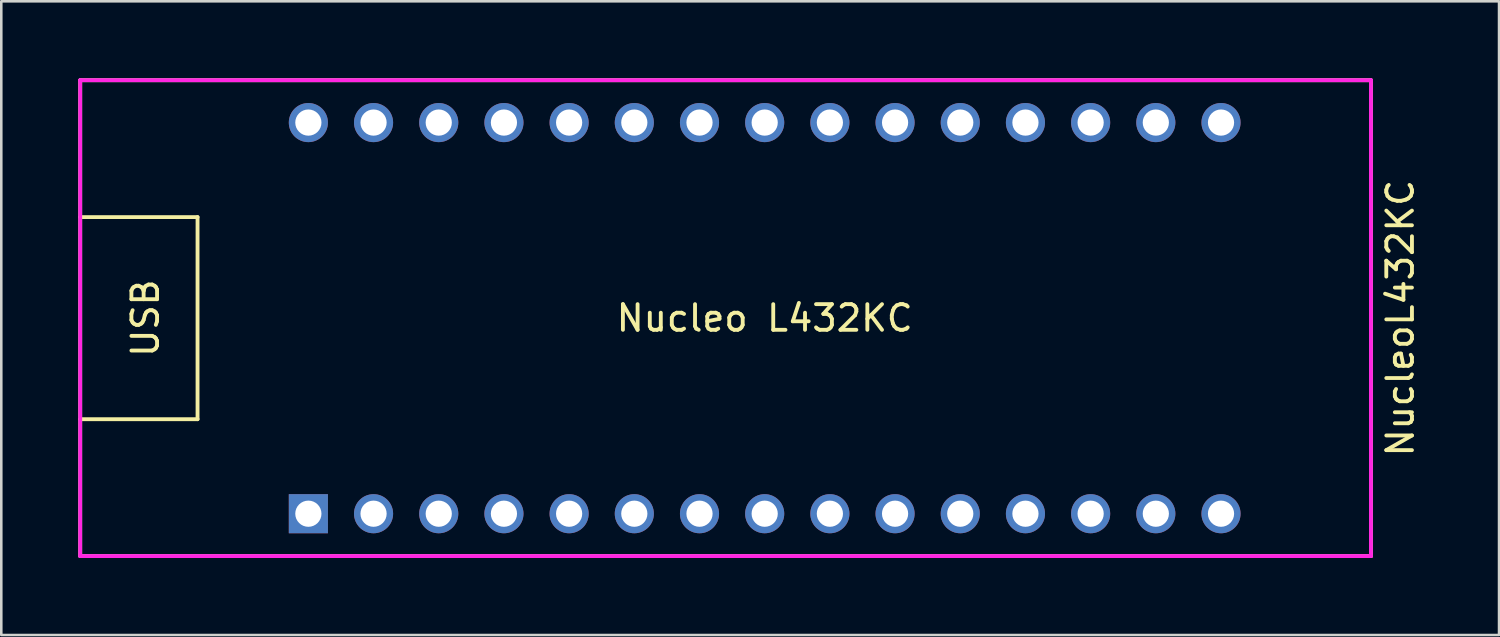
<source format=kicad_pcb>
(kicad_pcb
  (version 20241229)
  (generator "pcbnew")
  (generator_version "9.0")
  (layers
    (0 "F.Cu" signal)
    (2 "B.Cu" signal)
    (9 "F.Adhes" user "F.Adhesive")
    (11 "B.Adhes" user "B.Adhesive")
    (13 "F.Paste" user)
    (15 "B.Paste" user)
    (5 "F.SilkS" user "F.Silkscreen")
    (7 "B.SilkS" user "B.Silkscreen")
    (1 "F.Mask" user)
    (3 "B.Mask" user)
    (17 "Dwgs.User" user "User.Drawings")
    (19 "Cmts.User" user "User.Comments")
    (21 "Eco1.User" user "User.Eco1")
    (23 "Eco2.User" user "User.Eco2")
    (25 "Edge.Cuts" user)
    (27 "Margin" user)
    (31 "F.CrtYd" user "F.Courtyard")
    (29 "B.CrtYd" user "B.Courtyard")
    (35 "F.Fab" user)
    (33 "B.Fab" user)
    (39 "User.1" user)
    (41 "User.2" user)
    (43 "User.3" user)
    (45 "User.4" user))
  (footprint "NucleoL432KC"
    (layer "F.Cu")
    (at 26.745 9.346)
    (property "Reference" "NucleoL432KC" (at 24.765 0 90) (layer "F.SilkS") (effects (font (size 1 1) (thickness 0.15))))
    (attr through_hole)
    (fp_line (start -26.67 -9.271) (end -26.67 9.271) (stroke (width 0.15) (type solid)) (layer "F.SilkS"))
    (fp_line (start -26.67 -3.937) (end -22.098 -3.937) (stroke (width 0.15) (type solid)) (layer "F.SilkS"))
    (fp_line (start -26.67 9.271) (end 23.622 9.271) (stroke (width 0.15) (type solid)) (layer "F.SilkS"))
    (fp_line (start -22.098 -3.937) (end -22.098 3.937) (stroke (width 0.15) (type solid)) (layer "F.SilkS"))
    (fp_line (start -22.098 3.937) (end -26.67 3.937) (stroke (width 0.15) (type solid)) (layer "F.SilkS"))
    (fp_line (start 23.622 -9.271) (end -26.67 -9.271) (stroke (width 0.15) (type solid)) (layer "F.SilkS"))
    (fp_line (start 23.622 9.271) (end 23.622 -9.271) (stroke (width 0.15) (type solid)) (layer "F.SilkS"))
    (fp_line (start -26.67 -9.271) (end -26.67 9.271) (stroke (width 0.15) (type solid)) (layer "F.CrtYd"))
    (fp_line (start -26.67 9.271) (end 23.622 9.271) (stroke (width 0.15) (type solid)) (layer "F.CrtYd"))
    (fp_line (start 23.622 -9.271) (end -26.67 -9.271) (stroke (width 0.15) (type solid)) (layer "F.CrtYd"))
    (fp_line (start 23.622 9.271) (end 23.622 -9.271) (stroke (width 0.15) (type solid)) (layer "F.CrtYd"))
    (fp_text user "Nucleo L432KC" (at 0 0 0) (layer "F.SilkS") (effects (font (size 1 1) (thickness 0.15))))
    (fp_text user "USB" (at -24.13 0 90) (layer "F.SilkS") (effects (font (size 1 1) (thickness 0.15))))
    (pad "1" thru_hole rect (at -17.78 7.62) (size 1.524 1.524) (drill 1.021) (layers "*.Cu" "*.Mask"))
    (pad "2" thru_hole circle (at -15.24 7.62) (size 1.524 1.524) (drill 1.021) (layers "*.Cu" "*.Mask"))
    (pad "3" thru_hole circle (at -12.7 7.62) (size 1.524 1.524) (drill 1.021) (layers "*.Cu" "*.Mask"))
    (pad "4" thru_hole circle (at -10.16 7.62) (size 1.524 1.524) (drill 1.021) (layers "*.Cu" "*.Mask"))
    (pad "5" thru_hole circle (at -7.62 7.62) (size 1.524 1.524) (drill 1.021) (layers "*.Cu" "*.Mask"))
    (pad "6" thru_hole circle (at -5.08 7.62) (size 1.524 1.524) (drill 1.021) (layers "*.Cu" "*.Mask"))
    (pad "7" thru_hole circle (at -2.54 7.62) (size 1.524 1.524) (drill 1.021) (layers "*.Cu" "*.Mask"))
    (pad "8" thru_hole circle (at 0 7.62) (size 1.524 1.524) (drill 1.021) (layers "*.Cu" "*.Mask"))
    (pad "9" thru_hole circle (at 2.54 7.62) (size 1.524 1.524) (drill 1.021) (layers "*.Cu" "*.Mask"))
    (pad "10" thru_hole circle (at 5.08 7.62) (size 1.524 1.524) (drill 1.021) (layers "*.Cu" "*.Mask"))
    (pad "11" thru_hole circle (at 7.62 7.62) (size 1.524 1.524) (drill 1.021) (layers "*.Cu" "*.Mask"))
    (pad "12" thru_hole circle (at 10.16 7.62) (size 1.524 1.524) (drill 1.021) (layers "*.Cu" "*.Mask"))
    (pad "13" thru_hole circle (at 12.7 7.62) (size 1.524 1.524) (drill 1.021) (layers "*.Cu" "*.Mask"))
    (pad "14" thru_hole circle (at 15.24 7.62) (size 1.524 1.524) (drill 1.021) (layers "*.Cu" "*.Mask"))
    (pad "15" thru_hole circle (at 17.78 7.62) (size 1.524 1.524) (drill 1.021) (layers "*.Cu" "*.Mask"))
    (pad "16" thru_hole circle (at 17.78 -7.62) (size 1.524 1.524) (drill 1.021) (layers "*.Cu" "*.Mask"))
    (pad "17" thru_hole circle (at 15.24 -7.62) (size 1.524 1.524) (drill 1.021) (layers "*.Cu" "*.Mask"))
    (pad "18" thru_hole circle (at 12.7 -7.62) (size 1.524 1.524) (drill 1.021) (layers "*.Cu" "*.Mask"))
    (pad "19" thru_hole circle (at 10.16 -7.62) (size 1.524 1.524) (drill 1.021) (layers "*.Cu" "*.Mask"))
    (pad "20" thru_hole circle (at 7.62 -7.62) (size 1.524 1.524) (drill 1.021) (layers "*.Cu" "*.Mask"))
    (pad "21" thru_hole circle (at 5.08 -7.62) (size 1.524 1.524) (drill 1.021) (layers "*.Cu" "*.Mask"))
    (pad "22" thru_hole circle (at 2.54 -7.62) (size 1.524 1.524) (drill 1.021) (layers "*.Cu" "*.Mask"))
    (pad "23" thru_hole circle (at 0 -7.62) (size 1.524 1.524) (drill 1.021) (layers "*.Cu" "*.Mask"))
    (pad "24" thru_hole circle (at -2.54 -7.62) (size 1.524 1.524) (drill 1.021) (layers "*.Cu" "*.Mask"))
    (pad "25" thru_hole circle (at -5.08 -7.62) (size 1.524 1.524) (drill 1.021) (layers "*.Cu" "*.Mask"))
    (pad "26" thru_hole circle (at -7.62 -7.62) (size 1.524 1.524) (drill 1.021) (layers "*.Cu" "*.Mask"))
    (pad "27" thru_hole circle (at -10.16 -7.62) (size 1.524 1.524) (drill 1.021) (layers "*.Cu" "*.Mask"))
    (pad "28" thru_hole circle (at -12.7 -7.62) (size 1.524 1.524) (drill 1.021) (layers "*.Cu" "*.Mask"))
    (pad "29" thru_hole circle (at -15.24 -7.62) (size 1.524 1.524) (drill 1.021) (layers "*.Cu" "*.Mask"))
    (pad "30" thru_hole circle (at -17.78 -7.62) (size 1.524 1.524) (drill 1.021) (layers "*.Cu" "*.Mask")))
  (gr_rect
    (start -3 -3)
    (end 55.358 21.692)
    (stroke (width 0.1) (type default))
    (fill no)
    (layer "Edge.Cuts")))
</source>
